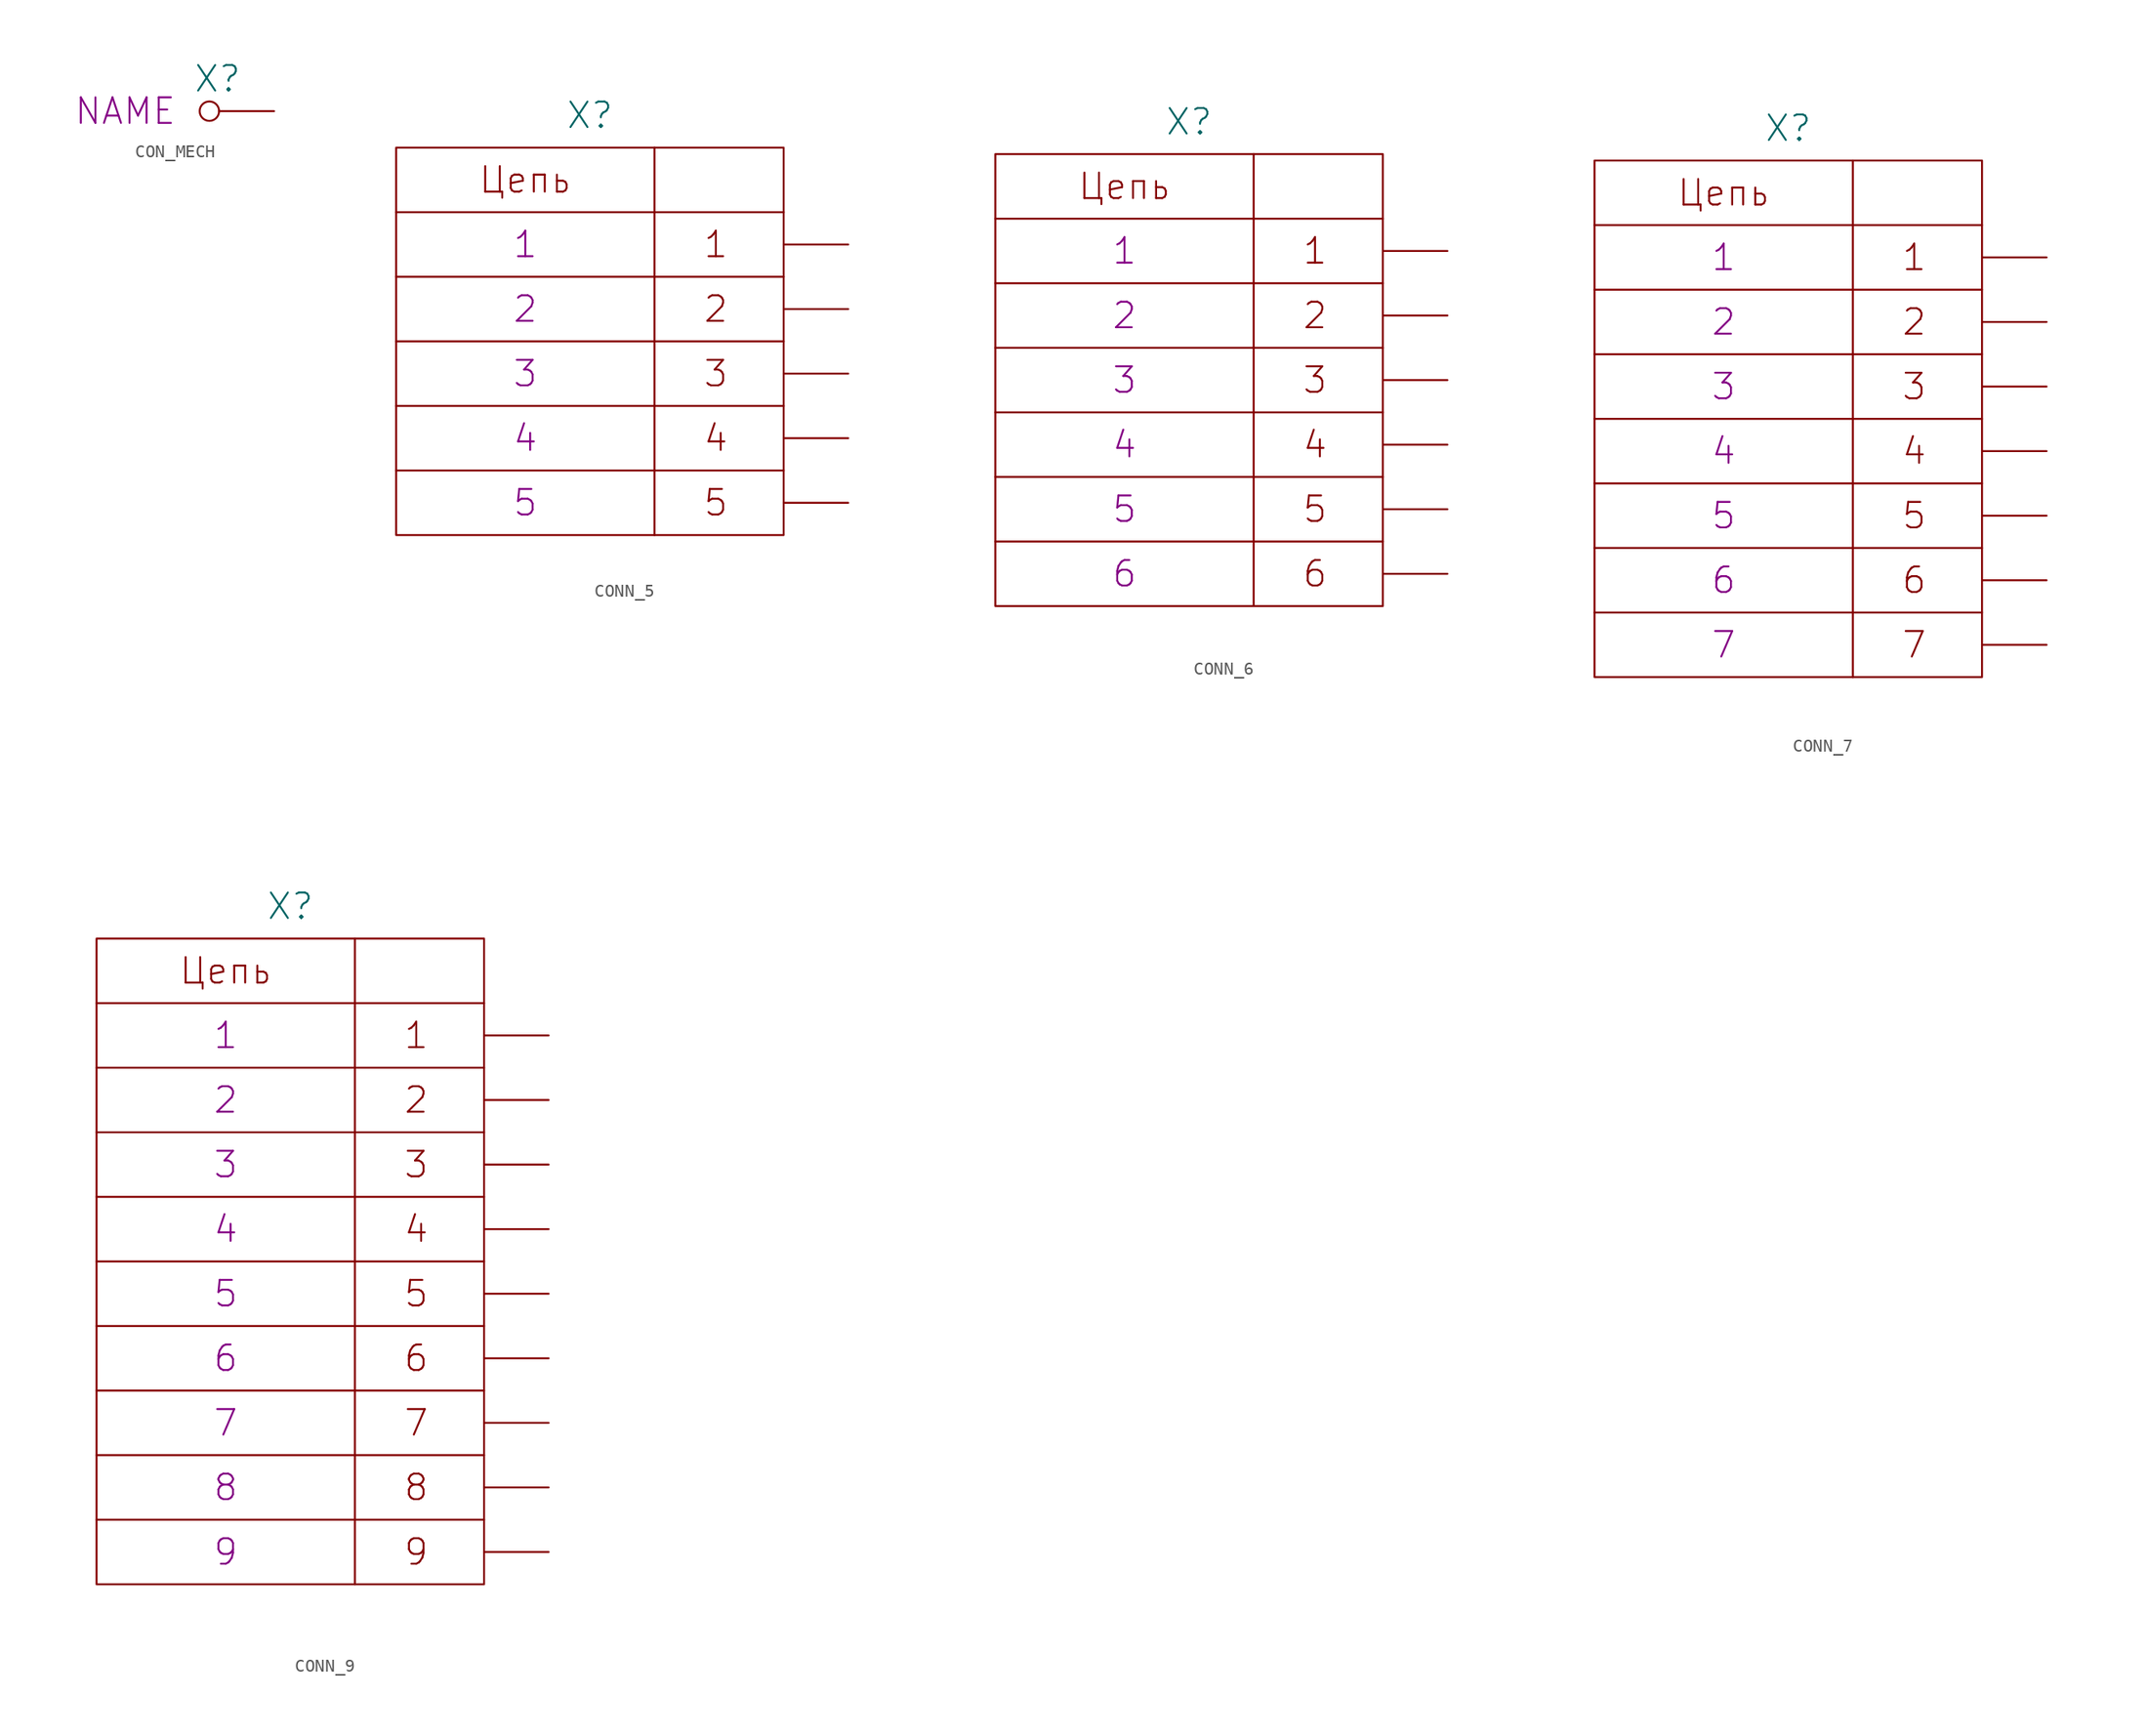
<source format=kicad_sym>
(kicad_symbol_lib
  (version 20231120)
  (generator "kicad_symbol_editor")
  (generator_version "8.0")
  (symbol "CON_MECH"
    (pin_numbers hide)
    (pin_names
      (offset 0) hide)
    (property "Reference" "X"
      (at -6.35 2.54 0)
      (effects (font (size 2.007 2.007)) (justify left)))
    (property "PIN" "NAME"
      (at -7.62 0 0)
      (effects (font (size 2.007 2.007)) (justify right)))
    (symbol "CON_MECH_0_1"
      (circle (center -5.08 0) (radius 0.762) (stroke (width 0) (type solid)) (fill (type none))))
    (symbol "CON_MECH_1_1"
      (pin passive line (at 0 0 180) (length 4.318) (name "~" (effects (font (size 1.27 1.27)))) (number "1" (effects (font (size 1.27 1.27)))))))
  (symbol "CONN_5"
    (pin_numbers hide)
    (pin_names
      (offset 0) hide)
    (property "Reference" "X"
      (at 0 17.78 0)
      (effects (font (size 2.007 2.007))))
    (property "PIN1" "1"
      (at -5.08 7.62 0)
      (effects (font (size 2.007 2.007))))
    (property "PIN2" "2"
      (at -5.08 2.54 0)
      (effects (font (size 2.007 2.007))))
    (property "PIN3" "3"
      (at -5.08 -2.54 0)
      (effects (font (size 2.007 2.007))))
    (property "PIN4" "4"
      (at -5.08 -7.62 0)
      (effects (font (size 2.007 2.007))))
    (property "PIN5" "5"
      (at -5.08 -12.7 0)
      (effects (font (size 2.007 2.007))))
    (symbol "CONN_5_0_0"
      (polyline (pts (xy -15.24 -10.16) (xy 15.24 -10.16)) (stroke (width 0) (type solid)) (fill (type none)))
      (polyline (pts (xy -15.24 -5.08) (xy 15.24 -5.08)) (stroke (width 0) (type solid)) (fill (type none)))
      (polyline (pts (xy -15.24 0) (xy 15.24 0)) (stroke (width 0) (type solid)) (fill (type none)))
      (polyline (pts (xy -15.24 5.08) (xy 15.24 5.08)) (stroke (width 0) (type solid)) (fill (type none)))
      (polyline (pts (xy -15.24 10.16) (xy 15.24 10.16)) (stroke (width 0) (type solid)) (fill (type none)))
      (polyline (pts (xy 5.08 15.24) (xy 5.08 -15.24)) (stroke (width 0) (type solid)) (fill (type none)))
      (rectangle (start 15.24 15.24) (end -15.24 -15.24) (stroke (width 0) (type solid)) (fill (type none))))
    (symbol "CONN_5_1_1"
      (text "1" (at 9.906 7.62 0) (effects (font (size 2.007 2.007))))
      (text "2" (at 9.906 2.54 0) (effects (font (size 2.007 2.007))))
      (text "3" (at 9.906 -2.54 0) (effects (font (size 2.007 2.007))))
      (text "4" (at 9.906 -7.62 0) (effects (font (size 2.007 2.007))))
      (text "5" (at 9.906 -12.7 0) (effects (font (size 2.007 2.007))))
      (text "Цепь" (at -5.08 12.7 0) (effects (font (size 2.007 2.007))))
      (pin passive line (at 20.32 7.62 180) (length 5.08) (name "1" (effects (font (size 2.007 2.007)))) (number "1" (effects (font (size 2.007 2.007)))))
      (pin passive line (at 20.32 2.54 180) (length 5.08) (name "2" (effects (font (size 2.007 2.007)))) (number "2" (effects (font (size 2.007 2.007)))))
      (pin passive line (at 20.32 -2.54 180) (length 5.08) (name "3" (effects (font (size 2.007 2.007)))) (number "3" (effects (font (size 2.007 2.007)))))
      (pin passive line (at 20.32 -7.62 180) (length 5.08) (name "4" (effects (font (size 2.007 2.007)))) (number "4" (effects (font (size 2.007 2.007)))))
      (pin passive line (at 20.32 -12.7 180) (length 5.08) (name "5" (effects (font (size 2.007 2.007)))) (number "5" (effects (font (size 2.007 2.007)))))))
  (symbol "CONN_6"
    (pin_numbers hide)
    (pin_names
      (offset 0) hide)
    (property "Reference" "X"
      (at 0 20.32 0)
      (effects (font (size 2.007 2.007))))
    (property "PIN1" "1"
      (at -5.08 10.16 0)
      (effects (font (size 2.007 2.007))))
    (property "PIN2" "2"
      (at -5.08 5.08 0)
      (effects (font (size 2.007 2.007))))
    (property "PIN3" "3"
      (at -5.08 0 0)
      (effects (font (size 2.007 2.007))))
    (property "PIN4" "4"
      (at -5.08 -5.08 0)
      (effects (font (size 2.007 2.007))))
    (property "PIN5" "5"
      (at -5.08 -10.16 0)
      (effects (font (size 2.007 2.007))))
    (property "PIN6" "6"
      (at -5.08 -15.24 0)
      (effects (font (size 2.007 2.007))))
    (symbol "CONN_6_0_0"
      (polyline (pts (xy -15.24 -12.7) (xy 15.24 -12.7)) (stroke (width 0) (type solid)) (fill (type none)))
      (polyline (pts (xy -15.24 -7.62) (xy 15.24 -7.62)) (stroke (width 0) (type solid)) (fill (type none)))
      (polyline (pts (xy -15.24 -2.54) (xy 15.24 -2.54)) (stroke (width 0) (type solid)) (fill (type none)))
      (polyline (pts (xy -15.24 2.54) (xy 15.24 2.54)) (stroke (width 0) (type solid)) (fill (type none)))
      (polyline (pts (xy -15.24 7.62) (xy 15.24 7.62)) (stroke (width 0) (type solid)) (fill (type none)))
      (polyline (pts (xy -15.24 12.7) (xy 15.24 12.7)) (stroke (width 0) (type solid)) (fill (type none)))
      (polyline (pts (xy 5.08 17.78) (xy 5.08 -17.78)) (stroke (width 0) (type solid)) (fill (type none)))
      (rectangle (start 15.24 17.78) (end -15.24 -17.78) (stroke (width 0) (type solid)) (fill (type none))))
    (symbol "CONN_6_1_1"
      (text "1" (at 9.906 10.16 0) (effects (font (size 2.007 2.007))))
      (text "2" (at 9.906 5.08 0) (effects (font (size 2.007 2.007))))
      (text "3" (at 9.906 0 0) (effects (font (size 2.007 2.007))))
      (text "4" (at 9.906 -5.08 0) (effects (font (size 2.007 2.007))))
      (text "5" (at 9.906 -10.16 0) (effects (font (size 2.007 2.007))))
      (text "6" (at 9.906 -15.24 0) (effects (font (size 2.007 2.007))))
      (text "Цепь" (at -5.08 15.24 0) (effects (font (size 2.007 2.007))))
      (pin passive line (at 20.32 10.16 180) (length 5.08) (name "1" (effects (font (size 2.007 2.007)))) (number "1" (effects (font (size 2.007 2.007)))))
      (pin passive line (at 20.32 5.08 180) (length 5.08) (name "2" (effects (font (size 2.007 2.007)))) (number "2" (effects (font (size 2.007 2.007)))))
      (pin passive line (at 20.32 0 180) (length 5.08) (name "3" (effects (font (size 2.007 2.007)))) (number "3" (effects (font (size 2.007 2.007)))))
      (pin passive line (at 20.32 -5.08 180) (length 5.08) (name "4" (effects (font (size 2.007 2.007)))) (number "4" (effects (font (size 2.007 2.007)))))
      (pin passive line (at 20.32 -10.16 180) (length 5.08) (name "5" (effects (font (size 2.007 2.007)))) (number "5" (effects (font (size 2.007 2.007)))))
      (pin passive line (at 20.32 -15.24 180) (length 5.08) (name "6" (effects (font (size 2.007 2.007)))) (number "6" (effects (font (size 2.007 2.007)))))))
  (symbol "CONN_7"
    (pin_numbers hide)
    (pin_names
      (offset 0) hide)
    (property "Reference" "X"
      (at 0 22.86 0)
      (effects (font (size 2.007 2.007))))
    (property "PIN1" "1"
      (at -5.08 12.7 0)
      (effects (font (size 2.007 2.007))))
    (property "PIN2" "2"
      (at -5.08 7.62 0)
      (effects (font (size 2.007 2.007))))
    (property "PIN3" "3"
      (at -5.08 2.54 0)
      (effects (font (size 2.007 2.007))))
    (property "PIN4" "4"
      (at -5.08 -2.54 0)
      (effects (font (size 2.007 2.007))))
    (property "PIN5" "5"
      (at -5.08 -7.62 0)
      (effects (font (size 2.007 2.007))))
    (property "PIN6" "6"
      (at -5.08 -12.7 0)
      (effects (font (size 2.007 2.007))))
    (property "PIN7" "7"
      (at -5.08 -17.78 0)
      (effects (font (size 2.007 2.007))))
    (symbol "CONN_7_0_0"
      (polyline (pts (xy -15.24 -15.24) (xy 15.24 -15.24)) (stroke (width 0) (type solid)) (fill (type none)))
      (polyline (pts (xy -15.24 -10.16) (xy 15.24 -10.16)) (stroke (width 0) (type solid)) (fill (type none)))
      (polyline (pts (xy -15.24 -5.08) (xy 15.24 -5.08)) (stroke (width 0) (type solid)) (fill (type none)))
      (polyline (pts (xy -15.24 0) (xy 15.24 0)) (stroke (width 0) (type solid)) (fill (type none)))
      (polyline (pts (xy -15.24 5.08) (xy 15.24 5.08)) (stroke (width 0) (type solid)) (fill (type none)))
      (polyline (pts (xy -15.24 10.16) (xy 15.24 10.16)) (stroke (width 0) (type solid)) (fill (type none)))
      (polyline (pts (xy -15.24 15.24) (xy 15.24 15.24)) (stroke (width 0) (type solid)) (fill (type none)))
      (polyline (pts (xy 5.08 20.32) (xy 5.08 -20.32)) (stroke (width 0) (type solid)) (fill (type none)))
      (rectangle (start 15.24 20.32) (end -15.24 -20.32) (stroke (width 0) (type solid)) (fill (type none))))
    (symbol "CONN_7_1_1"
      (text "1" (at 9.906 12.7 0) (effects (font (size 2.007 2.007))))
      (text "2" (at 9.906 7.62 0) (effects (font (size 2.007 2.007))))
      (text "3" (at 9.906 2.54 0) (effects (font (size 2.007 2.007))))
      (text "4" (at 9.906 -2.54 0) (effects (font (size 2.007 2.007))))
      (text "5" (at 9.906 -7.62 0) (effects (font (size 2.007 2.007))))
      (text "6" (at 9.906 -12.7 0) (effects (font (size 2.007 2.007))))
      (text "7" (at 9.906 -17.78 0) (effects (font (size 2.007 2.007))))
      (text "Цепь" (at -5.08 17.78 0) (effects (font (size 2.007 2.007))))
      (pin passive line (at 20.32 12.7 180) (length 5.08) (name "1" (effects (font (size 2.007 2.007)))) (number "1" (effects (font (size 2.007 2.007)))))
      (pin passive line (at 20.32 7.62 180) (length 5.08) (name "2" (effects (font (size 2.007 2.007)))) (number "2" (effects (font (size 2.007 2.007)))))
      (pin passive line (at 20.32 2.54 180) (length 5.08) (name "3" (effects (font (size 2.007 2.007)))) (number "3" (effects (font (size 2.007 2.007)))))
      (pin passive line (at 20.32 -2.54 180) (length 5.08) (name "4" (effects (font (size 2.007 2.007)))) (number "4" (effects (font (size 2.007 2.007)))))
      (pin passive line (at 20.32 -7.62 180) (length 5.08) (name "5" (effects (font (size 2.007 2.007)))) (number "5" (effects (font (size 2.007 2.007)))))
      (pin passive line (at 20.32 -12.7 180) (length 5.08) (name "6" (effects (font (size 2.007 2.007)))) (number "6" (effects (font (size 2.007 2.007)))))
      (pin passive line (at 20.32 -17.78 180) (length 5.08) (name "7" (effects (font (size 2.007 2.007)))) (number "7" (effects (font (size 2.007 2.007)))))))
  (symbol "CONN_9"
    (pin_numbers hide)
    (pin_names
      (offset 0) hide)
    (property "Reference" "X"
      (at 0 27.94 0)
      (effects (font (size 2.007 2.007))))
    (property "PIN1" "1"
      (at -5.08 17.78 0)
      (effects (font (size 2.007 2.007))))
    (property "PIN2" "2"
      (at -5.08 12.7 0)
      (effects (font (size 2.007 2.007))))
    (property "PIN3" "3"
      (at -5.08 7.62 0)
      (effects (font (size 2.007 2.007))))
    (property "PIN4" "4"
      (at -5.08 2.54 0)
      (effects (font (size 2.007 2.007))))
    (property "PIN5" "5"
      (at -5.08 -2.54 0)
      (effects (font (size 2.007 2.007))))
    (property "PIN6" "6"
      (at -5.08 -7.62 0)
      (effects (font (size 2.007 2.007))))
    (property "PIN7" "7"
      (at -5.08 -12.7 0)
      (effects (font (size 2.007 2.007))))
    (property "PIN8" "8"
      (at -5.08 -17.78 0)
      (effects (font (size 2.007 2.007))))
    (property "PIN9" "9"
      (at -5.08 -22.86 0)
      (effects (font (size 2.007 2.007))))
    (symbol "CONN_9_0_0"
      (polyline (pts (xy -15.24 -20.32) (xy 15.24 -20.32)) (stroke (width 0) (type solid)) (fill (type none)))
      (polyline (pts (xy -15.24 -15.24) (xy 15.24 -15.24)) (stroke (width 0) (type solid)) (fill (type none)))
      (polyline (pts (xy -15.24 -10.16) (xy 15.24 -10.16)) (stroke (width 0) (type solid)) (fill (type none)))
      (polyline (pts (xy -15.24 -5.08) (xy 15.24 -5.08)) (stroke (width 0) (type solid)) (fill (type none)))
      (polyline (pts (xy -15.24 0) (xy 15.24 0)) (stroke (width 0) (type solid)) (fill (type none)))
      (polyline (pts (xy -15.24 5.08) (xy 15.24 5.08)) (stroke (width 0) (type solid)) (fill (type none)))
      (polyline (pts (xy -15.24 10.16) (xy 15.24 10.16)) (stroke (width 0) (type solid)) (fill (type none)))
      (polyline (pts (xy -15.24 15.24) (xy 15.24 15.24)) (stroke (width 0) (type solid)) (fill (type none)))
      (polyline (pts (xy -15.24 20.32) (xy 15.24 20.32)) (stroke (width 0) (type solid)) (fill (type none)))
      (polyline (pts (xy 5.08 25.4) (xy 5.08 -25.4)) (stroke (width 0) (type solid)) (fill (type none)))
      (rectangle (start 15.24 25.4) (end -15.24 -25.4) (stroke (width 0) (type solid)) (fill (type none))))
    (symbol "CONN_9_1_1"
      (text "1" (at 9.906 17.78 0) (effects (font (size 2.007 2.007))))
      (text "2" (at 9.906 12.7 0) (effects (font (size 2.007 2.007))))
      (text "3" (at 9.906 7.62 0) (effects (font (size 2.007 2.007))))
      (text "4" (at 9.906 2.54 0) (effects (font (size 2.007 2.007))))
      (text "5" (at 9.906 -2.54 0) (effects (font (size 2.007 2.007))))
      (text "6" (at 9.906 -7.62 0) (effects (font (size 2.007 2.007))))
      (text "7" (at 9.906 -12.7 0) (effects (font (size 2.007 2.007))))
      (text "8" (at 9.906 -17.78 0) (effects (font (size 2.007 2.007))))
      (text "9" (at 9.906 -22.86 0) (effects (font (size 2.007 2.007))))
      (text "Цепь" (at -5.08 22.86 0) (effects (font (size 2.007 2.007))))
      (pin passive line (at 20.32 17.78 180) (length 5.08) (name "1" (effects (font (size 2.007 2.007)))) (number "1" (effects (font (size 2.007 2.007)))))
      (pin passive line (at 20.32 12.7 180) (length 5.08) (name "2" (effects (font (size 2.007 2.007)))) (number "2" (effects (font (size 2.007 2.007)))))
      (pin passive line (at 20.32 7.62 180) (length 5.08) (name "3" (effects (font (size 2.007 2.007)))) (number "3" (effects (font (size 2.007 2.007)))))
      (pin passive line (at 20.32 2.54 180) (length 5.08) (name "4" (effects (font (size 2.007 2.007)))) (number "4" (effects (font (size 2.007 2.007)))))
      (pin passive line (at 20.32 -2.54 180) (length 5.08) (name "5" (effects (font (size 2.007 2.007)))) (number "5" (effects (font (size 2.007 2.007)))))
      (pin passive line (at 20.32 -7.62 180) (length 5.08) (name "6" (effects (font (size 2.007 2.007)))) (number "6" (effects (font (size 2.007 2.007)))))
      (pin passive line (at 20.32 -12.7 180) (length 5.08) (name "7" (effects (font (size 2.007 2.007)))) (number "7" (effects (font (size 2.007 2.007)))))
      (pin passive line (at 20.32 -17.78 180) (length 5.08) (name "8" (effects (font (size 2.007 2.007)))) (number "8" (effects (font (size 2.007 2.007)))))
      (pin passive line (at 20.32 -22.86 180) (length 5.08) (name "9" (effects (font (size 2.007 2.007)))) (number "9" (effects (font (size 2.007 2.007))))))))
</source>
